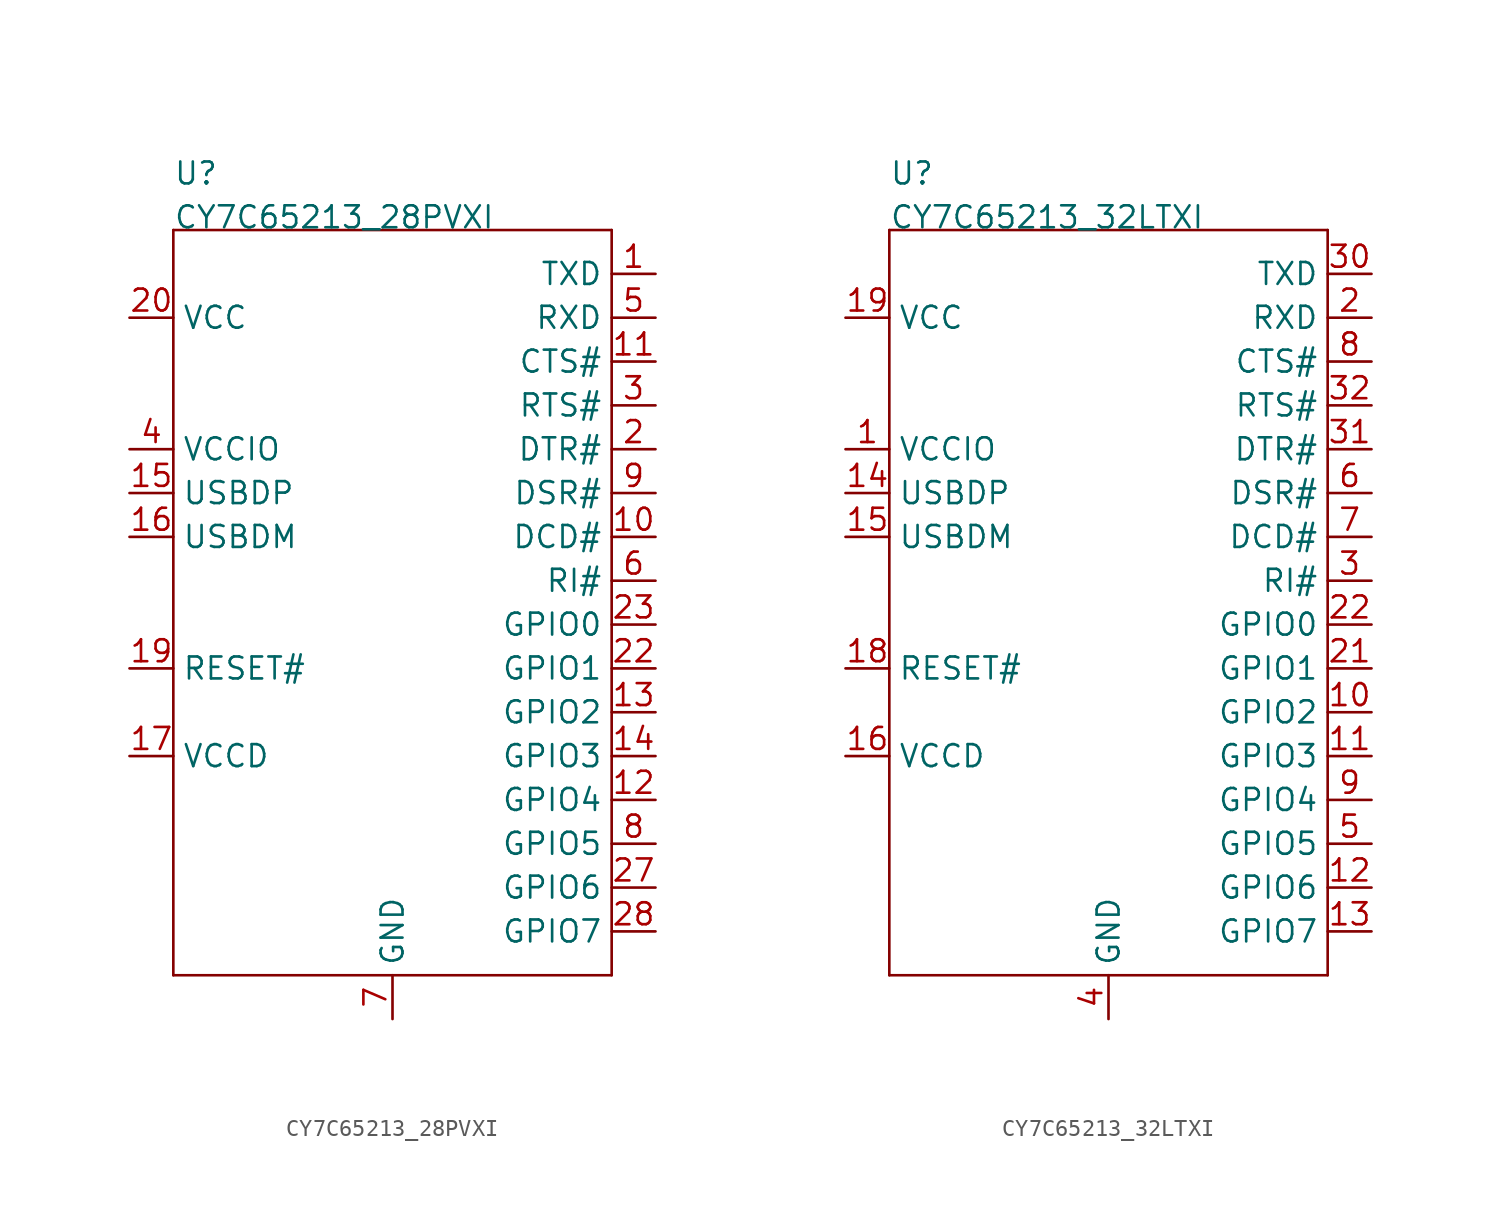
<source format=kicad_sym>
(kicad_symbol_lib
  (version 20211014)
  (generator kicad_symbol_editor)
  (symbol "CY7C65213_28PVXI"
    (pin_names)
    (property "Reference" "U"
      (at -12.7 25.4 0)
      (effects (font (size 1.27 1.27)) (justify left bottom)))
    (property "Value" "CY7C65213_28PVXI"
      (at -12.7 22.86 0)
      (effects (font (size 1.27 1.27)) (justify left bottom)))
    (property "Datasheet" ""
      (at 0 0 0))
    (property "ki_description" "CY7C65213  -  USB Bridge, USB to UART USB 2.0 UART Interface   Technical Specifications:    Standards: USB 2.0   Voltage - Supply (Vcc/Vdd): 1.71V ~ 5.5V   Operating Temperature: -40°C ~ 85°C         Component Search:  CY7C65213   Datasheet:  CY7C65213 "
      (at 0 0 0))
    (property "ki_fp_filters" "FlashPCB_ICs:28-SSOP"
      (at 0 0 0))
    (symbol "CY7C65213_28PVXI_1_1"
      (polyline (pts (xy 12.7 22.86) (xy 12.7 -20.32)) (stroke (width 0.152)) (fill (type none)))
      (polyline (pts (xy 12.7 -20.32) (xy -12.7 -20.32)) (stroke (width 0.152)) (fill (type none)))
      (polyline (pts (xy -12.7 -20.32) (xy -12.7 22.86)) (stroke (width 0.152)) (fill (type none)))
      (polyline (pts (xy -12.7 22.86) (xy 12.7 22.86)) (stroke (width 0.152)) (fill (type none)))
      (pin bidirectional line (at 15.24 20.32 180) (length 2.54) (name "TXD" (effects (font (size 1.27 1.27)))) (number "1" (effects (font (size 1.27 1.27)))))
      (pin bidirectional line (at 15.24 17.78 180) (length 2.54) (name "RXD" (effects (font (size 1.27 1.27)))) (number "5" (effects (font (size 1.27 1.27)))))
      (pin bidirectional line (at 15.24 15.24 180) (length 2.54) (name "CTS#" (effects (font (size 1.27 1.27)))) (number "11" (effects (font (size 1.27 1.27)))))
      (pin bidirectional line (at 15.24 12.7 180) (length 2.54) (name "RTS#" (effects (font (size 1.27 1.27)))) (number "3" (effects (font (size 1.27 1.27)))))
      (pin bidirectional line (at 15.24 10.16 180) (length 2.54) (name "DTR#" (effects (font (size 1.27 1.27)))) (number "2" (effects (font (size 1.27 1.27)))))
      (pin bidirectional line (at 15.24 7.62 180) (length 2.54) (name "DSR#" (effects (font (size 1.27 1.27)))) (number "9" (effects (font (size 1.27 1.27)))))
      (pin bidirectional line (at 15.24 5.08 180) (length 2.54) (name "DCD#" (effects (font (size 1.27 1.27)))) (number "10" (effects (font (size 1.27 1.27)))))
      (pin bidirectional line (at 15.24 2.54 180) (length 2.54) (name "RI#" (effects (font (size 1.27 1.27)))) (number "6" (effects (font (size 1.27 1.27)))))
      (pin bidirectional line (at 15.24 0 180) (length 2.54) (name "GPIO0" (effects (font (size 1.27 1.27)))) (number "23" (effects (font (size 1.27 1.27)))))
      (pin bidirectional line (at 15.24 -2.54 180) (length 2.54) (name "GPIO1" (effects (font (size 1.27 1.27)))) (number "22" (effects (font (size 1.27 1.27)))))
      (pin bidirectional line (at 15.24 -5.08 180) (length 2.54) (name "GPIO2" (effects (font (size 1.27 1.27)))) (number "13" (effects (font (size 1.27 1.27)))))
      (pin bidirectional line (at 15.24 -7.62 180) (length 2.54) (name "GPIO3" (effects (font (size 1.27 1.27)))) (number "14" (effects (font (size 1.27 1.27)))))
      (pin bidirectional line (at 15.24 -10.16 180) (length 2.54) (name "GPIO4" (effects (font (size 1.27 1.27)))) (number "12" (effects (font (size 1.27 1.27)))))
      (pin bidirectional line (at 15.24 -12.7 180) (length 2.54) (name "GPIO5" (effects (font (size 1.27 1.27)))) (number "8" (effects (font (size 1.27 1.27)))))
      (pin bidirectional line (at 15.24 -15.24 180) (length 2.54) (name "GPIO6" (effects (font (size 1.27 1.27)))) (number "27" (effects (font (size 1.27 1.27)))))
      (pin bidirectional line (at 15.24 -17.78 180) (length 2.54) (name "GPIO7" (effects (font (size 1.27 1.27)))) (number "28" (effects (font (size 1.27 1.27)))))
      (pin bidirectional line (at -15.24 17.78 0) (length 2.54) (name "VCC" (effects (font (size 1.27 1.27)))) (number "20" (effects (font (size 1.27 1.27)))))
      (pin bidirectional line (at -15.24 10.16 0) (length 2.54) (name "VCCIO" (effects (font (size 1.27 1.27)))) (number "4" (effects (font (size 1.27 1.27)))))
      (pin bidirectional line (at -15.24 7.62 0) (length 2.54) (name "USBDP" (effects (font (size 1.27 1.27)))) (number "15" (effects (font (size 1.27 1.27)))))
      (pin bidirectional line (at -15.24 5.08 0) (length 2.54) (name "USBDM" (effects (font (size 1.27 1.27)))) (number "16" (effects (font (size 1.27 1.27)))))
      (pin bidirectional line (at -15.24 -2.54 0) (length 2.54) (name "RESET#" (effects (font (size 1.27 1.27)))) (number "19" (effects (font (size 1.27 1.27)))))
      (pin bidirectional line (at -15.24 -7.62 0) (length 2.54) (name "VCCD" (effects (font (size 1.27 1.27)))) (number "17" (effects (font (size 1.27 1.27)))))
      (pin bidirectional line (at 0 -22.86 90) (length 2.54) (name "GND" (effects (font (size 1.27 1.27)))) (number "7" (effects (font (size 1.27 1.27)))))
      (pin bidirectional line (at 0 -22.86 90) (length 2.54) hide (name "GND" (effects (font (size 1.27 1.27)))) (number "18" (effects (font (size 1.27 1.27)))))
      (pin bidirectional line (at 0 -22.86 90) (length 2.54) hide (name "GND" (effects (font (size 1.27 1.27)))) (number "21" (effects (font (size 1.27 1.27)))))))
  (symbol "CY7C65213_32LTXI"
    (pin_names)
    (property "Reference" "U"
      (at -12.7 25.4 0)
      (effects (font (size 1.27 1.27)) (justify left bottom)))
    (property "Value" "CY7C65213_32LTXI"
      (at -12.7 22.86 0)
      (effects (font (size 1.27 1.27)) (justify left bottom)))
    (property "Datasheet" ""
      (at 0 0 0))
    (property "ki_description" "CY7C65213  -  USB Bridge, USB to UART USB 2.0 UART Interface   Technical Specifications:    Standards: USB 2.0   Voltage - Supply (Vcc/Vdd): 1.71V ~ 5.5V   Operating Temperature: -40°C ~ 85°C         Component Search:  CY7C65213   Datasheet:  CY7C65213 "
      (at 0 0 0))
    (property "ki_fp_filters" "FlashPCB_ICs:32-QFN(5X5)-EXPOSED-PAD"
      (at 0 0 0))
    (symbol "CY7C65213_32LTXI_1_1"
      (polyline (pts (xy 12.7 22.86) (xy 12.7 -20.32)) (stroke (width 0.152)) (fill (type none)))
      (polyline (pts (xy 12.7 -20.32) (xy -12.7 -20.32)) (stroke (width 0.152)) (fill (type none)))
      (polyline (pts (xy -12.7 -20.32) (xy -12.7 22.86)) (stroke (width 0.152)) (fill (type none)))
      (polyline (pts (xy -12.7 22.86) (xy 12.7 22.86)) (stroke (width 0.152)) (fill (type none)))
      (pin bidirectional line (at 15.24 20.32 180) (length 2.54) (name "TXD" (effects (font (size 1.27 1.27)))) (number "30" (effects (font (size 1.27 1.27)))))
      (pin bidirectional line (at 15.24 17.78 180) (length 2.54) (name "RXD" (effects (font (size 1.27 1.27)))) (number "2" (effects (font (size 1.27 1.27)))))
      (pin bidirectional line (at 15.24 15.24 180) (length 2.54) (name "CTS#" (effects (font (size 1.27 1.27)))) (number "8" (effects (font (size 1.27 1.27)))))
      (pin bidirectional line (at 15.24 12.7 180) (length 2.54) (name "RTS#" (effects (font (size 1.27 1.27)))) (number "32" (effects (font (size 1.27 1.27)))))
      (pin bidirectional line (at 15.24 10.16 180) (length 2.54) (name "DTR#" (effects (font (size 1.27 1.27)))) (number "31" (effects (font (size 1.27 1.27)))))
      (pin bidirectional line (at 15.24 7.62 180) (length 2.54) (name "DSR#" (effects (font (size 1.27 1.27)))) (number "6" (effects (font (size 1.27 1.27)))))
      (pin bidirectional line (at 15.24 5.08 180) (length 2.54) (name "DCD#" (effects (font (size 1.27 1.27)))) (number "7" (effects (font (size 1.27 1.27)))))
      (pin bidirectional line (at 15.24 2.54 180) (length 2.54) (name "RI#" (effects (font (size 1.27 1.27)))) (number "3" (effects (font (size 1.27 1.27)))))
      (pin bidirectional line (at 15.24 0 180) (length 2.54) (name "GPIO0" (effects (font (size 1.27 1.27)))) (number "22" (effects (font (size 1.27 1.27)))))
      (pin bidirectional line (at 15.24 -2.54 180) (length 2.54) (name "GPIO1" (effects (font (size 1.27 1.27)))) (number "21" (effects (font (size 1.27 1.27)))))
      (pin bidirectional line (at 15.24 -5.08 180) (length 2.54) (name "GPIO2" (effects (font (size 1.27 1.27)))) (number "10" (effects (font (size 1.27 1.27)))))
      (pin bidirectional line (at 15.24 -7.62 180) (length 2.54) (name "GPIO3" (effects (font (size 1.27 1.27)))) (number "11" (effects (font (size 1.27 1.27)))))
      (pin bidirectional line (at 15.24 -10.16 180) (length 2.54) (name "GPIO4" (effects (font (size 1.27 1.27)))) (number "9" (effects (font (size 1.27 1.27)))))
      (pin bidirectional line (at 15.24 -12.7 180) (length 2.54) (name "GPIO5" (effects (font (size 1.27 1.27)))) (number "5" (effects (font (size 1.27 1.27)))))
      (pin bidirectional line (at 15.24 -15.24 180) (length 2.54) (name "GPIO6" (effects (font (size 1.27 1.27)))) (number "12" (effects (font (size 1.27 1.27)))))
      (pin bidirectional line (at 15.24 -17.78 180) (length 2.54) (name "GPIO7" (effects (font (size 1.27 1.27)))) (number "13" (effects (font (size 1.27 1.27)))))
      (pin bidirectional line (at -15.24 17.78 0) (length 2.54) (name "VCC" (effects (font (size 1.27 1.27)))) (number "19" (effects (font (size 1.27 1.27)))))
      (pin bidirectional line (at -15.24 10.16 0) (length 2.54) (name "VCCIO" (effects (font (size 1.27 1.27)))) (number "1" (effects (font (size 1.27 1.27)))))
      (pin bidirectional line (at -15.24 7.62 0) (length 2.54) (name "USBDP" (effects (font (size 1.27 1.27)))) (number "14" (effects (font (size 1.27 1.27)))))
      (pin bidirectional line (at -15.24 5.08 0) (length 2.54) (name "USBDM" (effects (font (size 1.27 1.27)))) (number "15" (effects (font (size 1.27 1.27)))))
      (pin bidirectional line (at -15.24 -2.54 0) (length 2.54) (name "RESET#" (effects (font (size 1.27 1.27)))) (number "18" (effects (font (size 1.27 1.27)))))
      (pin bidirectional line (at -15.24 -7.62 0) (length 2.54) (name "VCCD" (effects (font (size 1.27 1.27)))) (number "16" (effects (font (size 1.27 1.27)))))
      (pin bidirectional line (at 0 -22.86 90) (length 2.54) (name "GND" (effects (font (size 1.27 1.27)))) (number "4" (effects (font (size 1.27 1.27)))))
      (pin bidirectional line (at 0 -22.86 90) (length 2.54) hide (name "GND" (effects (font (size 1.27 1.27)))) (number "17" (effects (font (size 1.27 1.27)))))
      (pin bidirectional line (at 0 -22.86 90) (length 2.54) hide (name "GND" (effects (font (size 1.27 1.27)))) (number "20" (effects (font (size 1.27 1.27)))))
      (pin bidirectional line (at 0 -22.86 90) (length 2.54) hide (name "GND" (effects (font (size 1.27 1.27)))) (number "24" (effects (font (size 1.27 1.27))))))))
</source>
